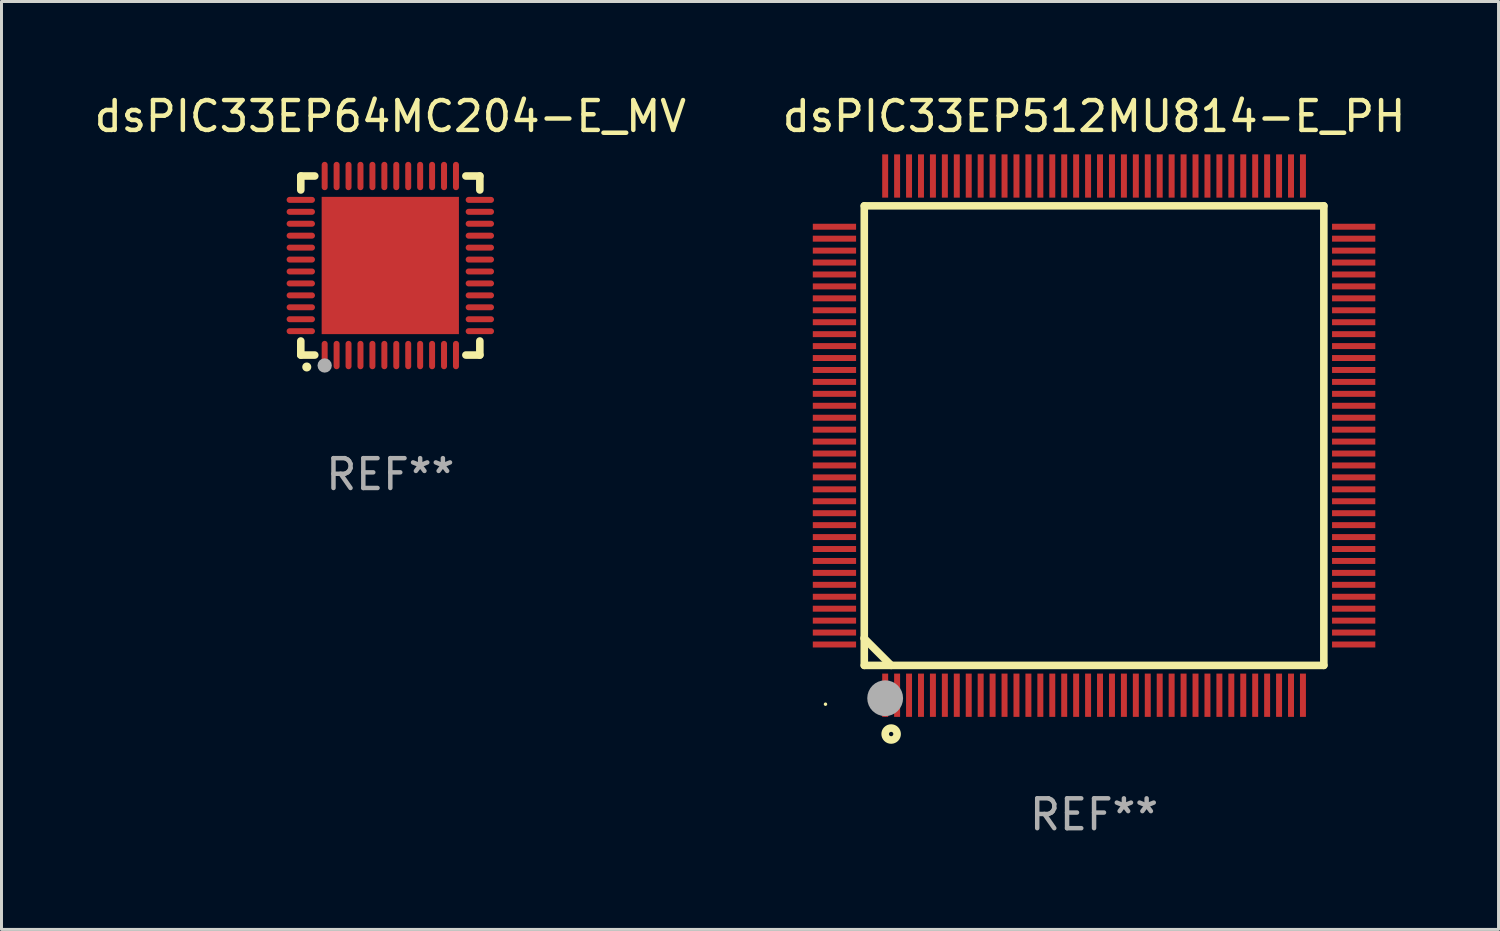
<source format=kicad_pcb>
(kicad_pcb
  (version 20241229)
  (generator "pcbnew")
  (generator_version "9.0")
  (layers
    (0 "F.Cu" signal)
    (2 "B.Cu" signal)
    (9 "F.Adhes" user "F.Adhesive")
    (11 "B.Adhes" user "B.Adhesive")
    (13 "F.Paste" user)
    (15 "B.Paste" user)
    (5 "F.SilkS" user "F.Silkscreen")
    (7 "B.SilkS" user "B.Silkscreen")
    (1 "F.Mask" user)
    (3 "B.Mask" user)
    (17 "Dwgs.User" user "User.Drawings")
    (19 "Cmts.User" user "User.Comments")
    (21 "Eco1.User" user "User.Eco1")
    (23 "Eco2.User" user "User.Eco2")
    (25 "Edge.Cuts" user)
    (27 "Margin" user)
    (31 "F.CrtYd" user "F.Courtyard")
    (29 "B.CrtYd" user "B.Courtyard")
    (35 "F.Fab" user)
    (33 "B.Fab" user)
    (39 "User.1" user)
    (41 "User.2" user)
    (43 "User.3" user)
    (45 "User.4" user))
  (footprint "dsPIC33EP512MU814-E_PH"
    (layer "F.Cu")
    (at 33.613 11.548)
    (property "Reference" "dsPIC33EP512MU814-E_PH" (at 0 -10.7 0) (layer "F.SilkS") (effects (font (size 1 1) (thickness 0.15))))
    (attr through_hole)
    (fp_line (start -7.7 -7.7) (end -7.7 7.7) (stroke (width 0.254) (type solid)) (layer "F.SilkS"))
    (fp_line (start -7.7 -7.7) (end 7.7 -7.7) (stroke (width 0.254) (type solid)) (layer "F.SilkS"))
    (fp_line (start -7.7 6.774) (end -7.7 6.798) (stroke (width 0.254) (type solid)) (layer "F.SilkS"))
    (fp_line (start -7.7 6.798) (end -6.798 7.7) (stroke (width 0.254) (type solid)) (layer "F.SilkS"))
    (fp_line (start -7.7 7.7) (end 7.7 7.7) (stroke (width 0.254) (type solid)) (layer "F.SilkS"))
    (fp_line (start 7.7 7.7) (end 7.7 -7.7) (stroke (width 0.254) (type solid)) (layer "F.SilkS"))
    (fp_circle (center -9 9) (end -8.97 9) (stroke (width 0.06) (type solid)) (fill no) (layer "F.SilkS"))
    (fp_circle (center -6.8 10) (end -6.6 10) (stroke (width 0.254) (type solid)) (fill no) (layer "F.SilkS"))
    (fp_circle (center -7 8.8) (end -6.7 8.8) (stroke (width 0.6) (type solid)) (fill no) (layer "F.Fab"))
    (fp_text user "REF**" (at 0 12.7 0) (layer "F.Fab") (effects (font (size 1 1) (thickness 0.15))))
    (pad "1" smd rect (at -7 8.7) (size 0.2 1.45) (layers "F.Cu" "F.Mask" "F.Paste"))
    (pad "2" smd rect (at -6.6 8.7) (size 0.2 1.45) (layers "F.Cu" "F.Mask" "F.Paste"))
    (pad "3" smd rect (at -6.2 8.7) (size 0.2 1.45) (layers "F.Cu" "F.Mask" "F.Paste"))
    (pad "4" smd rect (at -5.8 8.7) (size 0.2 1.45) (layers "F.Cu" "F.Mask" "F.Paste"))
    (pad "5" smd rect (at -5.4 8.7) (size 0.2 1.45) (layers "F.Cu" "F.Mask" "F.Paste"))
    (pad "6" smd rect (at -5 8.7) (size 0.2 1.45) (layers "F.Cu" "F.Mask" "F.Paste"))
    (pad "7" smd rect (at -4.6 8.7) (size 0.2 1.45) (layers "F.Cu" "F.Mask" "F.Paste"))
    (pad "8" smd rect (at -4.2 8.7) (size 0.2 1.45) (layers "F.Cu" "F.Mask" "F.Paste"))
    (pad "9" smd rect (at -3.8 8.7) (size 0.2 1.45) (layers "F.Cu" "F.Mask" "F.Paste"))
    (pad "10" smd rect (at -3.4 8.7) (size 0.2 1.45) (layers "F.Cu" "F.Mask" "F.Paste"))
    (pad "11" smd rect (at -3 8.7) (size 0.2 1.45) (layers "F.Cu" "F.Mask" "F.Paste"))
    (pad "12" smd rect (at -2.6 8.7) (size 0.2 1.45) (layers "F.Cu" "F.Mask" "F.Paste"))
    (pad "13" smd rect (at -2.2 8.7) (size 0.2 1.45) (layers "F.Cu" "F.Mask" "F.Paste"))
    (pad "14" smd rect (at -1.8 8.7) (size 0.2 1.45) (layers "F.Cu" "F.Mask" "F.Paste"))
    (pad "15" smd rect (at -1.4 8.7) (size 0.2 1.45) (layers "F.Cu" "F.Mask" "F.Paste"))
    (pad "16" smd rect (at -1 8.7) (size 0.2 1.45) (layers "F.Cu" "F.Mask" "F.Paste"))
    (pad "17" smd rect (at -0.6 8.7) (size 0.2 1.45) (layers "F.Cu" "F.Mask" "F.Paste"))
    (pad "18" smd rect (at -0.2 8.7) (size 0.2 1.45) (layers "F.Cu" "F.Mask" "F.Paste"))
    (pad "19" smd rect (at 0.2 8.7) (size 0.2 1.45) (layers "F.Cu" "F.Mask" "F.Paste"))
    (pad "20" smd rect (at 0.6 8.7) (size 0.2 1.45) (layers "F.Cu" "F.Mask" "F.Paste"))
    (pad "21" smd rect (at 1 8.7) (size 0.2 1.45) (layers "F.Cu" "F.Mask" "F.Paste"))
    (pad "22" smd rect (at 1.4 8.7) (size 0.2 1.45) (layers "F.Cu" "F.Mask" "F.Paste"))
    (pad "23" smd rect (at 1.8 8.7) (size 0.2 1.45) (layers "F.Cu" "F.Mask" "F.Paste"))
    (pad "24" smd rect (at 2.2 8.7) (size 0.2 1.45) (layers "F.Cu" "F.Mask" "F.Paste"))
    (pad "25" smd rect (at 2.6 8.7) (size 0.2 1.45) (layers "F.Cu" "F.Mask" "F.Paste"))
    (pad "26" smd rect (at 3 8.7) (size 0.2 1.45) (layers "F.Cu" "F.Mask" "F.Paste"))
    (pad "27" smd rect (at 3.4 8.7) (size 0.2 1.45) (layers "F.Cu" "F.Mask" "F.Paste"))
    (pad "28" smd rect (at 3.8 8.7) (size 0.2 1.45) (layers "F.Cu" "F.Mask" "F.Paste"))
    (pad "29" smd rect (at 4.2 8.7) (size 0.2 1.45) (layers "F.Cu" "F.Mask" "F.Paste"))
    (pad "30" smd rect (at 4.6 8.7) (size 0.2 1.45) (layers "F.Cu" "F.Mask" "F.Paste"))
    (pad "31" smd rect (at 5 8.7) (size 0.2 1.45) (layers "F.Cu" "F.Mask" "F.Paste"))
    (pad "32" smd rect (at 5.4 8.7) (size 0.2 1.45) (layers "F.Cu" "F.Mask" "F.Paste"))
    (pad "33" smd rect (at 5.8 8.7) (size 0.2 1.45) (layers "F.Cu" "F.Mask" "F.Paste"))
    (pad "34" smd rect (at 6.2 8.7) (size 0.2 1.45) (layers "F.Cu" "F.Mask" "F.Paste"))
    (pad "35" smd rect (at 6.6 8.7) (size 0.2 1.45) (layers "F.Cu" "F.Mask" "F.Paste"))
    (pad "36" smd rect (at 7 8.7) (size 0.2 1.45) (layers "F.Cu" "F.Mask" "F.Paste"))
    (pad "37" smd rect (at 8.7 7) (size 1.45 0.2) (layers "F.Cu" "F.Mask" "F.Paste"))
    (pad "38" smd rect (at 8.7 6.6) (size 1.45 0.2) (layers "F.Cu" "F.Mask" "F.Paste"))
    (pad "39" smd rect (at 8.7 6.2) (size 1.45 0.2) (layers "F.Cu" "F.Mask" "F.Paste"))
    (pad "40" smd rect (at 8.7 5.8) (size 1.45 0.2) (layers "F.Cu" "F.Mask" "F.Paste"))
    (pad "41" smd rect (at 8.7 5.4) (size 1.45 0.2) (layers "F.Cu" "F.Mask" "F.Paste"))
    (pad "42" smd rect (at 8.7 5) (size 1.45 0.2) (layers "F.Cu" "F.Mask" "F.Paste"))
    (pad "43" smd rect (at 8.7 4.6) (size 1.45 0.2) (layers "F.Cu" "F.Mask" "F.Paste"))
    (pad "44" smd rect (at 8.7 4.2) (size 1.45 0.2) (layers "F.Cu" "F.Mask" "F.Paste"))
    (pad "45" smd rect (at 8.7 3.8) (size 1.45 0.2) (layers "F.Cu" "F.Mask" "F.Paste"))
    (pad "46" smd rect (at 8.7 3.4) (size 1.45 0.2) (layers "F.Cu" "F.Mask" "F.Paste"))
    (pad "47" smd rect (at 8.7 3) (size 1.45 0.2) (layers "F.Cu" "F.Mask" "F.Paste"))
    (pad "48" smd rect (at 8.7 2.6) (size 1.45 0.2) (layers "F.Cu" "F.Mask" "F.Paste"))
    (pad "49" smd rect (at 8.7 2.2) (size 1.45 0.2) (layers "F.Cu" "F.Mask" "F.Paste"))
    (pad "50" smd rect (at 8.7 1.8) (size 1.45 0.2) (layers "F.Cu" "F.Mask" "F.Paste"))
    (pad "51" smd rect (at 8.7 1.4) (size 1.45 0.2) (layers "F.Cu" "F.Mask" "F.Paste"))
    (pad "52" smd rect (at 8.7 1) (size 1.45 0.2) (layers "F.Cu" "F.Mask" "F.Paste"))
    (pad "53" smd rect (at 8.7 0.6) (size 1.45 0.2) (layers "F.Cu" "F.Mask" "F.Paste"))
    (pad "54" smd rect (at 8.7 0.2) (size 1.45 0.2) (layers "F.Cu" "F.Mask" "F.Paste"))
    (pad "55" smd rect (at 8.7 -0.2) (size 1.45 0.2) (layers "F.Cu" "F.Mask" "F.Paste"))
    (pad "56" smd rect (at 8.7 -0.6) (size 1.45 0.2) (layers "F.Cu" "F.Mask" "F.Paste"))
    (pad "57" smd rect (at 8.7 -1) (size 1.45 0.2) (layers "F.Cu" "F.Mask" "F.Paste"))
    (pad "58" smd rect (at 8.7 -1.4) (size 1.45 0.2) (layers "F.Cu" "F.Mask" "F.Paste"))
    (pad "59" smd rect (at 8.7 -1.8) (size 1.45 0.2) (layers "F.Cu" "F.Mask" "F.Paste"))
    (pad "60" smd rect (at 8.7 -2.2) (size 1.45 0.2) (layers "F.Cu" "F.Mask" "F.Paste"))
    (pad "61" smd rect (at 8.7 -2.6) (size 1.45 0.2) (layers "F.Cu" "F.Mask" "F.Paste"))
    (pad "62" smd rect (at 8.7 -3) (size 1.45 0.2) (layers "F.Cu" "F.Mask" "F.Paste"))
    (pad "63" smd rect (at 8.7 -3.4) (size 1.45 0.2) (layers "F.Cu" "F.Mask" "F.Paste"))
    (pad "64" smd rect (at 8.7 -3.8) (size 1.45 0.2) (layers "F.Cu" "F.Mask" "F.Paste"))
    (pad "65" smd rect (at 8.7 -4.2) (size 1.45 0.2) (layers "F.Cu" "F.Mask" "F.Paste"))
    (pad "66" smd rect (at 8.7 -4.6) (size 1.45 0.2) (layers "F.Cu" "F.Mask" "F.Paste"))
    (pad "67" smd rect (at 8.7 -5) (size 1.45 0.2) (layers "F.Cu" "F.Mask" "F.Paste"))
    (pad "68" smd rect (at 8.7 -5.4) (size 1.45 0.2) (layers "F.Cu" "F.Mask" "F.Paste"))
    (pad "69" smd rect (at 8.7 -5.8) (size 1.45 0.2) (layers "F.Cu" "F.Mask" "F.Paste"))
    (pad "70" smd rect (at 8.7 -6.2) (size 1.45 0.2) (layers "F.Cu" "F.Mask" "F.Paste"))
    (pad "71" smd rect (at 8.7 -6.6) (size 1.45 0.2) (layers "F.Cu" "F.Mask" "F.Paste"))
    (pad "72" smd rect (at 8.7 -7) (size 1.45 0.2) (layers "F.Cu" "F.Mask" "F.Paste"))
    (pad "73" smd rect (at 7 -8.7) (size 0.2 1.45) (layers "F.Cu" "F.Mask" "F.Paste"))
    (pad "74" smd rect (at 6.6 -8.7) (size 0.2 1.45) (layers "F.Cu" "F.Mask" "F.Paste"))
    (pad "75" smd rect (at 6.2 -8.7) (size 0.2 1.45) (layers "F.Cu" "F.Mask" "F.Paste"))
    (pad "76" smd rect (at 5.8 -8.7) (size 0.2 1.45) (layers "F.Cu" "F.Mask" "F.Paste"))
    (pad "77" smd rect (at 5.4 -8.7) (size 0.2 1.45) (layers "F.Cu" "F.Mask" "F.Paste"))
    (pad "78" smd rect (at 5 -8.7) (size 0.2 1.45) (layers "F.Cu" "F.Mask" "F.Paste"))
    (pad "79" smd rect (at 4.6 -8.7) (size 0.2 1.45) (layers "F.Cu" "F.Mask" "F.Paste"))
    (pad "80" smd rect (at 4.2 -8.7) (size 0.2 1.45) (layers "F.Cu" "F.Mask" "F.Paste"))
    (pad "81" smd rect (at 3.8 -8.7) (size 0.2 1.45) (layers "F.Cu" "F.Mask" "F.Paste"))
    (pad "82" smd rect (at 3.4 -8.7) (size 0.2 1.45) (layers "F.Cu" "F.Mask" "F.Paste"))
    (pad "83" smd rect (at 3 -8.7) (size 0.2 1.45) (layers "F.Cu" "F.Mask" "F.Paste"))
    (pad "84" smd rect (at 2.6 -8.7) (size 0.2 1.45) (layers "F.Cu" "F.Mask" "F.Paste"))
    (pad "85" smd rect (at 2.2 -8.7) (size 0.2 1.45) (layers "F.Cu" "F.Mask" "F.Paste"))
    (pad "86" smd rect (at 1.8 -8.7) (size 0.2 1.45) (layers "F.Cu" "F.Mask" "F.Paste"))
    (pad "87" smd rect (at 1.4 -8.7) (size 0.2 1.45) (layers "F.Cu" "F.Mask" "F.Paste"))
    (pad "88" smd rect (at 1 -8.7) (size 0.2 1.45) (layers "F.Cu" "F.Mask" "F.Paste"))
    (pad "89" smd rect (at 0.6 -8.7) (size 0.2 1.45) (layers "F.Cu" "F.Mask" "F.Paste"))
    (pad "90" smd rect (at 0.2 -8.7) (size 0.2 1.45) (layers "F.Cu" "F.Mask" "F.Paste"))
    (pad "91" smd rect (at -0.2 -8.7) (size 0.2 1.45) (layers "F.Cu" "F.Mask" "F.Paste"))
    (pad "92" smd rect (at -0.6 -8.7) (size 0.2 1.45) (layers "F.Cu" "F.Mask" "F.Paste"))
    (pad "93" smd rect (at -1 -8.7) (size 0.2 1.45) (layers "F.Cu" "F.Mask" "F.Paste"))
    (pad "94" smd rect (at -1.4 -8.7) (size 0.2 1.45) (layers "F.Cu" "F.Mask" "F.Paste"))
    (pad "95" smd rect (at -1.8 -8.7) (size 0.2 1.45) (layers "F.Cu" "F.Mask" "F.Paste"))
    (pad "96" smd rect (at -2.2 -8.7) (size 0.2 1.45) (layers "F.Cu" "F.Mask" "F.Paste"))
    (pad "97" smd rect (at -2.6 -8.7) (size 0.2 1.45) (layers "F.Cu" "F.Mask" "F.Paste"))
    (pad "98" smd rect (at -3 -8.7) (size 0.2 1.45) (layers "F.Cu" "F.Mask" "F.Paste"))
    (pad "99" smd rect (at -3.4 -8.7) (size 0.2 1.45) (layers "F.Cu" "F.Mask" "F.Paste"))
    (pad "100" smd rect (at -3.8 -8.7) (size 0.2 1.45) (layers "F.Cu" "F.Mask" "F.Paste"))
    (pad "101" smd rect (at -4.2 -8.7) (size 0.2 1.45) (layers "F.Cu" "F.Mask" "F.Paste"))
    (pad "102" smd rect (at -4.6 -8.7) (size 0.2 1.45) (layers "F.Cu" "F.Mask" "F.Paste"))
    (pad "103" smd rect (at -5 -8.7) (size 0.2 1.45) (layers "F.Cu" "F.Mask" "F.Paste"))
    (pad "104" smd rect (at -5.4 -8.7) (size 0.2 1.45) (layers "F.Cu" "F.Mask" "F.Paste"))
    (pad "105" smd rect (at -5.8 -8.7) (size 0.2 1.45) (layers "F.Cu" "F.Mask" "F.Paste"))
    (pad "106" smd rect (at -6.2 -8.7) (size 0.2 1.45) (layers "F.Cu" "F.Mask" "F.Paste"))
    (pad "107" smd rect (at -6.6 -8.7) (size 0.2 1.45) (layers "F.Cu" "F.Mask" "F.Paste"))
    (pad "108" smd rect (at -7 -8.7) (size 0.2 1.45) (layers "F.Cu" "F.Mask" "F.Paste"))
    (pad "109" smd rect (at -8.7 -7) (size 1.45 0.2) (layers "F.Cu" "F.Mask" "F.Paste"))
    (pad "110" smd rect (at -8.7 -6.6) (size 1.45 0.2) (layers "F.Cu" "F.Mask" "F.Paste"))
    (pad "111" smd rect (at -8.7 -6.2) (size 1.45 0.2) (layers "F.Cu" "F.Mask" "F.Paste"))
    (pad "112" smd rect (at -8.7 -5.8) (size 1.45 0.2) (layers "F.Cu" "F.Mask" "F.Paste"))
    (pad "113" smd rect (at -8.7 -5.4) (size 1.45 0.2) (layers "F.Cu" "F.Mask" "F.Paste"))
    (pad "114" smd rect (at -8.7 -5) (size 1.45 0.2) (layers "F.Cu" "F.Mask" "F.Paste"))
    (pad "115" smd rect (at -8.7 -4.6) (size 1.45 0.2) (layers "F.Cu" "F.Mask" "F.Paste"))
    (pad "116" smd rect (at -8.7 -4.2) (size 1.45 0.2) (layers "F.Cu" "F.Mask" "F.Paste"))
    (pad "117" smd rect (at -8.7 -3.8) (size 1.45 0.2) (layers "F.Cu" "F.Mask" "F.Paste"))
    (pad "118" smd rect (at -8.7 -3.4) (size 1.45 0.2) (layers "F.Cu" "F.Mask" "F.Paste"))
    (pad "119" smd rect (at -8.7 -3) (size 1.45 0.2) (layers "F.Cu" "F.Mask" "F.Paste"))
    (pad "120" smd rect (at -8.7 -2.6) (size 1.45 0.2) (layers "F.Cu" "F.Mask" "F.Paste"))
    (pad "121" smd rect (at -8.7 -2.2) (size 1.45 0.2) (layers "F.Cu" "F.Mask" "F.Paste"))
    (pad "122" smd rect (at -8.7 -1.8) (size 1.45 0.2) (layers "F.Cu" "F.Mask" "F.Paste"))
    (pad "123" smd rect (at -8.7 -1.4) (size 1.45 0.2) (layers "F.Cu" "F.Mask" "F.Paste"))
    (pad "124" smd rect (at -8.7 -1) (size 1.45 0.2) (layers "F.Cu" "F.Mask" "F.Paste"))
    (pad "125" smd rect (at -8.7 -0.6) (size 1.45 0.2) (layers "F.Cu" "F.Mask" "F.Paste"))
    (pad "126" smd rect (at -8.7 -0.2) (size 1.45 0.2) (layers "F.Cu" "F.Mask" "F.Paste"))
    (pad "127" smd rect (at -8.7 0.2) (size 1.45 0.2) (layers "F.Cu" "F.Mask" "F.Paste"))
    (pad "128" smd rect (at -8.7 0.6) (size 1.45 0.2) (layers "F.Cu" "F.Mask" "F.Paste"))
    (pad "129" smd rect (at -8.7 1) (size 1.45 0.2) (layers "F.Cu" "F.Mask" "F.Paste"))
    (pad "130" smd rect (at -8.7 1.4) (size 1.45 0.2) (layers "F.Cu" "F.Mask" "F.Paste"))
    (pad "131" smd rect (at -8.7 1.8) (size 1.45 0.2) (layers "F.Cu" "F.Mask" "F.Paste"))
    (pad "132" smd rect (at -8.7 2.2) (size 1.45 0.2) (layers "F.Cu" "F.Mask" "F.Paste"))
    (pad "133" smd rect (at -8.7 2.6) (size 1.45 0.2) (layers "F.Cu" "F.Mask" "F.Paste"))
    (pad "134" smd rect (at -8.7 3) (size 1.45 0.2) (layers "F.Cu" "F.Mask" "F.Paste"))
    (pad "135" smd rect (at -8.7 3.4) (size 1.45 0.2) (layers "F.Cu" "F.Mask" "F.Paste"))
    (pad "136" smd rect (at -8.7 3.8) (size 1.45 0.2) (layers "F.Cu" "F.Mask" "F.Paste"))
    (pad "137" smd rect (at -8.7 4.2) (size 1.45 0.2) (layers "F.Cu" "F.Mask" "F.Paste"))
    (pad "138" smd rect (at -8.7 4.6) (size 1.45 0.2) (layers "F.Cu" "F.Mask" "F.Paste"))
    (pad "139" smd rect (at -8.7 5) (size 1.45 0.2) (layers "F.Cu" "F.Mask" "F.Paste"))
    (pad "140" smd rect (at -8.7 5.4) (size 1.45 0.2) (layers "F.Cu" "F.Mask" "F.Paste"))
    (pad "141" smd rect (at -8.7 5.8) (size 1.45 0.2) (layers "F.Cu" "F.Mask" "F.Paste"))
    (pad "142" smd rect (at -8.7 6.2) (size 1.45 0.2) (layers "F.Cu" "F.Mask" "F.Paste"))
    (pad "143" smd rect (at -8.7 6.6) (size 1.45 0.2) (layers "F.Cu" "F.Mask" "F.Paste"))
    (pad "144" smd rect (at -8.7 7) (size 1.45 0.2) (layers "F.Cu" "F.Mask" "F.Paste")))
  (footprint "dsPIC33EP64MC204-E_MV"
    (layer "F.Cu")
    (at 10.03 5.848)
    (property "Reference" "dsPIC33EP64MC204-E_MV" (at 0 -5 0) (layer "F.SilkS") (effects (font (size 1 1) (thickness 0.15))))
    (attr through_hole)
    (fp_line (start -3 -3) (end -2.532 -3) (stroke (width 0.254) (type solid)) (layer "F.SilkS"))
    (fp_line (start -3 -2.532) (end -3 -3) (stroke (width 0.254) (type solid)) (layer "F.SilkS"))
    (fp_line (start -3 3) (end -3 2.529) (stroke (width 0.254) (type solid)) (layer "F.SilkS"))
    (fp_line (start -2.532 3) (end -3 3) (stroke (width 0.254) (type solid)) (layer "F.SilkS"))
    (fp_line (start 2.532 -3) (end 3 -3) (stroke (width 0.254) (type solid)) (layer "F.SilkS"))
    (fp_line (start 3 -3) (end 3 -2.532) (stroke (width 0.254) (type solid)) (layer "F.SilkS"))
    (fp_line (start 3 2.529) (end 3 3) (stroke (width 0.254) (type solid)) (layer "F.SilkS"))
    (fp_line (start 3 3) (end 2.532 3) (stroke (width 0.254) (type solid)) (layer "F.SilkS"))
    (fp_arc (start -2.801295 3.400025) (mid -2.800025 3.40002) (end -2.798755 3.400025) (stroke (width 0.3) (type solid)) (layer "F.SilkS"))
    (fp_circle (center -3 3) (end -2.97 3) (stroke (width 0.06) (type solid)) (fill no) (layer "F.SilkS"))
    (fp_circle (center -2.2 3.35) (end -2.08 3.35) (stroke (width 0.24) (type solid)) (fill no) (layer "F.Fab"))
    (fp_text user "REF**" (at 0 7 0) (layer "F.Fab") (effects (font (size 1 1) (thickness 0.15))))
    (pad "1" smd oval (at -2.2 3) (size 0.2 0.95) (layers "F.Cu" "F.Mask" "F.Paste"))
    (pad "2" smd oval (at -1.8 3) (size 0.2 0.95) (layers "F.Cu" "F.Mask" "F.Paste"))
    (pad "3" smd oval (at -1.4 3) (size 0.2 0.95) (layers "F.Cu" "F.Mask" "F.Paste"))
    (pad "4" smd oval (at -1 3) (size 0.2 0.95) (layers "F.Cu" "F.Mask" "F.Paste"))
    (pad "5" smd oval (at -0.6 3) (size 0.2 0.95) (layers "F.Cu" "F.Mask" "F.Paste"))
    (pad "6" smd oval (at -0.2 3) (size 0.2 0.95) (layers "F.Cu" "F.Mask" "F.Paste"))
    (pad "7" smd oval (at 0.2 3) (size 0.2 0.95) (layers "F.Cu" "F.Mask" "F.Paste"))
    (pad "8" smd oval (at 0.6 3) (size 0.2 0.95) (layers "F.Cu" "F.Mask" "F.Paste"))
    (pad "9" smd oval (at 1 3) (size 0.2 0.95) (layers "F.Cu" "F.Mask" "F.Paste"))
    (pad "10" smd oval (at 1.4 3) (size 0.2 0.95) (layers "F.Cu" "F.Mask" "F.Paste"))
    (pad "11" smd oval (at 1.8 3) (size 0.2 0.95) (layers "F.Cu" "F.Mask" "F.Paste"))
    (pad "12" smd oval (at 2.2 3) (size 0.2 0.95) (layers "F.Cu" "F.Mask" "F.Paste"))
    (pad "13" smd oval (at 3 2.2 90) (size 0.2 0.95) (layers "F.Cu" "F.Mask" "F.Paste"))
    (pad "14" smd oval (at 3 1.8 90) (size 0.2 0.95) (layers "F.Cu" "F.Mask" "F.Paste"))
    (pad "15" smd oval (at 3 1.4 90) (size 0.2 0.95) (layers "F.Cu" "F.Mask" "F.Paste"))
    (pad "16" smd oval (at 3 1 90) (size 0.2 0.95) (layers "F.Cu" "F.Mask" "F.Paste"))
    (pad "17" smd oval (at 3 0.6 90) (size 0.2 0.95) (layers "F.Cu" "F.Mask" "F.Paste"))
    (pad "18" smd oval (at 3 0.2 90) (size 0.2 0.95) (layers "F.Cu" "F.Mask" "F.Paste"))
    (pad "19" smd oval (at 3 -0.2 90) (size 0.2 0.95) (layers "F.Cu" "F.Mask" "F.Paste"))
    (pad "20" smd oval (at 3 -0.6 90) (size 0.2 0.95) (layers "F.Cu" "F.Mask" "F.Paste"))
    (pad "21" smd oval (at 3 -1 90) (size 0.2 0.95) (layers "F.Cu" "F.Mask" "F.Paste"))
    (pad "22" smd oval (at 3 -1.4 90) (size 0.2 0.95) (layers "F.Cu" "F.Mask" "F.Paste"))
    (pad "23" smd oval (at 3 -1.8 90) (size 0.2 0.95) (layers "F.Cu" "F.Mask" "F.Paste"))
    (pad "24" smd oval (at 3 -2.2 90) (size 0.2 0.95) (layers "F.Cu" "F.Mask" "F.Paste"))
    (pad "25" smd oval (at 2.2 -3 180) (size 0.2 0.95) (layers "F.Cu" "F.Mask" "F.Paste"))
    (pad "26" smd oval (at 1.8 -3 180) (size 0.2 0.95) (layers "F.Cu" "F.Mask" "F.Paste"))
    (pad "27" smd oval (at 1.4 -3 180) (size 0.2 0.95) (layers "F.Cu" "F.Mask" "F.Paste"))
    (pad "28" smd oval (at 1 -3 180) (size 0.2 0.95) (layers "F.Cu" "F.Mask" "F.Paste"))
    (pad "29" smd oval (at 0.6 -3 180) (size 0.2 0.95) (layers "F.Cu" "F.Mask" "F.Paste"))
    (pad "30" smd oval (at 0.2 -3 180) (size 0.2 0.95) (layers "F.Cu" "F.Mask" "F.Paste"))
    (pad "31" smd oval (at -0.2 -3 180) (size 0.2 0.95) (layers "F.Cu" "F.Mask" "F.Paste"))
    (pad "32" smd oval (at -0.6 -3 180) (size 0.2 0.95) (layers "F.Cu" "F.Mask" "F.Paste"))
    (pad "33" smd oval (at -1 -3 180) (size 0.2 0.95) (layers "F.Cu" "F.Mask" "F.Paste"))
    (pad "34" smd oval (at -1.4 -3 180) (size 0.2 0.95) (layers "F.Cu" "F.Mask" "F.Paste"))
    (pad "35" smd oval (at -1.8 -3 180) (size 0.2 0.95) (layers "F.Cu" "F.Mask" "F.Paste"))
    (pad "36" smd oval (at -2.2 -3 180) (size 0.2 0.95) (layers "F.Cu" "F.Mask" "F.Paste"))
    (pad "37" smd oval (at -3 -2.2 270) (size 0.2 0.95) (layers "F.Cu" "F.Mask" "F.Paste"))
    (pad "38" smd oval (at -3 -1.8 270) (size 0.2 0.95) (layers "F.Cu" "F.Mask" "F.Paste"))
    (pad "39" smd oval (at -3 -1.4 270) (size 0.2 0.95) (layers "F.Cu" "F.Mask" "F.Paste"))
    (pad "40" smd oval (at -3 -1 270) (size 0.2 0.95) (layers "F.Cu" "F.Mask" "F.Paste"))
    (pad "41" smd oval (at -3 -0.6 270) (size 0.2 0.95) (layers "F.Cu" "F.Mask" "F.Paste"))
    (pad "42" smd oval (at -3 -0.2 270) (size 0.2 0.95) (layers "F.Cu" "F.Mask" "F.Paste"))
    (pad "43" smd oval (at -3 0.2 270) (size 0.2 0.95) (layers "F.Cu" "F.Mask" "F.Paste"))
    (pad "44" smd oval (at -3 0.6 270) (size 0.2 0.95) (layers "F.Cu" "F.Mask" "F.Paste"))
    (pad "45" smd oval (at -3 1 270) (size 0.2 0.95) (layers "F.Cu" "F.Mask" "F.Paste"))
    (pad "46" smd oval (at -3 1.4 270) (size 0.2 0.95) (layers "F.Cu" "F.Mask" "F.Paste"))
    (pad "47" smd oval (at -3 1.8 270) (size 0.2 0.95) (layers "F.Cu" "F.Mask" "F.Paste"))
    (pad "48" smd oval (at -3 2.2 270) (size 0.2 0.95) (layers "F.Cu" "F.Mask" "F.Paste"))
    (pad "49" smd rect (at -0.001 -0.001 180) (size 4.6 4.6) (layers "F.Cu" "F.Mask" "F.Paste")))
  (gr_rect
    (start -3 -3)
    (end 47.167 28.096)
    (stroke (width 0.1) (type default))
    (fill no)
    (layer "Edge.Cuts")))
</source>
